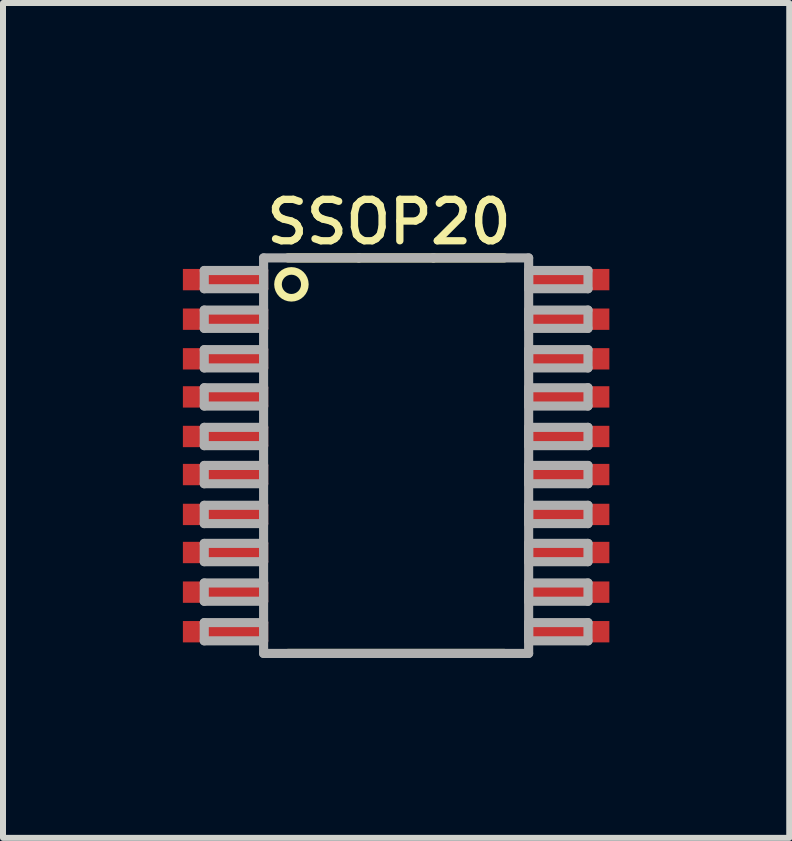
<source format=kicad_pcb>
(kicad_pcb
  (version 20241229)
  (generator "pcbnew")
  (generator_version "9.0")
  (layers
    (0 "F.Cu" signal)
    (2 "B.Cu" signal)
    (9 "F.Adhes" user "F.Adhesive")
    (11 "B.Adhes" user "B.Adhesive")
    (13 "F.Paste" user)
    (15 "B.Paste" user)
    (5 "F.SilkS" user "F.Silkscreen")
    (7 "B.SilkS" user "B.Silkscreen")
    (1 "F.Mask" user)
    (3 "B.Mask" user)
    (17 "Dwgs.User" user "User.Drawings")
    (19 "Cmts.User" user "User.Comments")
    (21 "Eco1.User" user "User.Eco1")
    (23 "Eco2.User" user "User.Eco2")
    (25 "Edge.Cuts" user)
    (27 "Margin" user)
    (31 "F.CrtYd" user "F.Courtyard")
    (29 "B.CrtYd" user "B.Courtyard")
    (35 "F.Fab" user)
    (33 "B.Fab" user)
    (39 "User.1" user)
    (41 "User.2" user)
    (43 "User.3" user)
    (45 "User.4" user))
  (footprint "SSOP20"
    (layer "F.Cu")
    (at 3.556 4.549)
    (property "Reference" "SSOP20" (at -2.223 -3.493 0) (layer "F.SilkS") (effects (font (size 0.691 0.691) (thickness 0.122)) (justify left bottom)))
    (fp_line (start -1.803 3.298) (end 1.803 3.298) (stroke (width 0.152) (type solid)) (layer "F.SilkS"))
    (fp_line (start -0.622 -3.298) (end -1.803 -3.298) (stroke (width 0.152) (type solid)) (layer "F.SilkS"))
    (fp_line (start 0.622 -3.298) (end -0.622 -3.298) (stroke (width 0.152) (type solid)) (layer "F.SilkS"))
    (fp_line (start 1.803 -3.298) (end 0.622 -3.298) (stroke (width 0.152) (type solid)) (layer "F.SilkS"))
    (fp_circle (center -1.746 -2.857) (end -1.522 -2.857) (stroke (width 0.127) (type solid)) (fill no) (layer "F.SilkS"))
    (fp_line (start -3.2 -3.088) (end -3.2 -2.784) (stroke (width 0.152) (type solid)) (layer "F.Fab"))
    (fp_line (start -3.2 -2.784) (end -2.21 -2.784) (stroke (width 0.152) (type solid)) (layer "F.Fab"))
    (fp_line (start -3.2 -2.428) (end -3.2 -2.123) (stroke (width 0.152) (type solid)) (layer "F.Fab"))
    (fp_line (start -3.2 -2.123) (end -2.21 -2.123) (stroke (width 0.152) (type solid)) (layer "F.Fab"))
    (fp_line (start -3.2 -1.768) (end -3.2 -1.463) (stroke (width 0.152) (type solid)) (layer "F.Fab"))
    (fp_line (start -3.2 -1.463) (end -2.21 -1.463) (stroke (width 0.152) (type solid)) (layer "F.Fab"))
    (fp_line (start -3.2 -1.133) (end -3.2 -0.828) (stroke (width 0.152) (type solid)) (layer "F.Fab"))
    (fp_line (start -3.2 -0.828) (end -2.21 -0.828) (stroke (width 0.152) (type solid)) (layer "F.Fab"))
    (fp_line (start -3.2 -0.472) (end -3.2 -0.167) (stroke (width 0.152) (type solid)) (layer "F.Fab"))
    (fp_line (start -3.2 -0.167) (end -2.21 -0.167) (stroke (width 0.152) (type solid)) (layer "F.Fab"))
    (fp_line (start -3.2 0.163) (end -3.2 0.468) (stroke (width 0.152) (type solid)) (layer "F.Fab"))
    (fp_line (start -3.2 0.468) (end -2.21 0.468) (stroke (width 0.152) (type solid)) (layer "F.Fab"))
    (fp_line (start -3.2 0.828) (end -3.2 1.133) (stroke (width 0.152) (type solid)) (layer "F.Fab"))
    (fp_line (start -3.2 1.133) (end -2.21 1.133) (stroke (width 0.152) (type solid)) (layer "F.Fab"))
    (fp_line (start -3.2 1.463) (end -3.2 1.768) (stroke (width 0.152) (type solid)) (layer "F.Fab"))
    (fp_line (start -3.2 1.768) (end -2.21 1.768) (stroke (width 0.152) (type solid)) (layer "F.Fab"))
    (fp_line (start -3.2 2.123) (end -3.2 2.428) (stroke (width 0.152) (type solid)) (layer "F.Fab"))
    (fp_line (start -3.2 2.428) (end -2.21 2.428) (stroke (width 0.152) (type solid)) (layer "F.Fab"))
    (fp_line (start -3.2 2.784) (end -3.2 3.088) (stroke (width 0.152) (type solid)) (layer "F.Fab"))
    (fp_line (start -3.2 3.088) (end -2.21 3.088) (stroke (width 0.152) (type solid)) (layer "F.Fab"))
    (fp_line (start -2.21 -3.298) (end -2.21 3.298) (stroke (width 0.152) (type solid)) (layer "F.Fab"))
    (fp_line (start -2.21 -3.088) (end -3.2 -3.088) (stroke (width 0.152) (type solid)) (layer "F.Fab"))
    (fp_line (start -2.21 -2.784) (end -2.21 -3.088) (stroke (width 0.152) (type solid)) (layer "F.Fab"))
    (fp_line (start -2.21 -2.428) (end -3.2 -2.428) (stroke (width 0.152) (type solid)) (layer "F.Fab"))
    (fp_line (start -2.21 -2.123) (end -2.21 -2.428) (stroke (width 0.152) (type solid)) (layer "F.Fab"))
    (fp_line (start -2.21 -1.768) (end -3.2 -1.768) (stroke (width 0.152) (type solid)) (layer "F.Fab"))
    (fp_line (start -2.21 -1.463) (end -2.21 -1.768) (stroke (width 0.152) (type solid)) (layer "F.Fab"))
    (fp_line (start -2.21 -1.133) (end -3.2 -1.133) (stroke (width 0.152) (type solid)) (layer "F.Fab"))
    (fp_line (start -2.21 -0.828) (end -2.21 -1.133) (stroke (width 0.152) (type solid)) (layer "F.Fab"))
    (fp_line (start -2.21 -0.472) (end -3.2 -0.472) (stroke (width 0.152) (type solid)) (layer "F.Fab"))
    (fp_line (start -2.21 -0.167) (end -2.21 -0.472) (stroke (width 0.152) (type solid)) (layer "F.Fab"))
    (fp_line (start -2.21 0.163) (end -3.2 0.163) (stroke (width 0.152) (type solid)) (layer "F.Fab"))
    (fp_line (start -2.21 0.468) (end -2.21 0.163) (stroke (width 0.152) (type solid)) (layer "F.Fab"))
    (fp_line (start -2.21 0.828) (end -3.2 0.828) (stroke (width 0.152) (type solid)) (layer "F.Fab"))
    (fp_line (start -2.21 1.133) (end -2.21 0.828) (stroke (width 0.152) (type solid)) (layer "F.Fab"))
    (fp_line (start -2.21 1.463) (end -3.2 1.463) (stroke (width 0.152) (type solid)) (layer "F.Fab"))
    (fp_line (start -2.21 1.768) (end -2.21 1.463) (stroke (width 0.152) (type solid)) (layer "F.Fab"))
    (fp_line (start -2.21 2.123) (end -3.2 2.123) (stroke (width 0.152) (type solid)) (layer "F.Fab"))
    (fp_line (start -2.21 2.428) (end -2.21 2.123) (stroke (width 0.152) (type solid)) (layer "F.Fab"))
    (fp_line (start -2.21 2.784) (end -3.2 2.784) (stroke (width 0.152) (type solid)) (layer "F.Fab"))
    (fp_line (start -2.21 3.088) (end -2.21 2.784) (stroke (width 0.152) (type solid)) (layer "F.Fab"))
    (fp_line (start -2.21 3.298) (end 2.21 3.298) (stroke (width 0.152) (type solid)) (layer "F.Fab"))
    (fp_line (start -0.622 -3.298) (end -2.21 -3.298) (stroke (width 0.152) (type solid)) (layer "F.Fab"))
    (fp_line (start 0.622 -3.298) (end -0.622 -3.298) (stroke (width 0.152) (type solid)) (layer "F.Fab"))
    (fp_line (start 2.21 -3.298) (end 0.622 -3.298) (stroke (width 0.152) (type solid)) (layer "F.Fab"))
    (fp_line (start 2.21 -3.088) (end 2.21 -2.784) (stroke (width 0.152) (type solid)) (layer "F.Fab"))
    (fp_line (start 2.21 -2.784) (end 3.2 -2.784) (stroke (width 0.152) (type solid)) (layer "F.Fab"))
    (fp_line (start 2.21 -2.428) (end 2.21 -2.123) (stroke (width 0.152) (type solid)) (layer "F.Fab"))
    (fp_line (start 2.21 -2.123) (end 3.2 -2.123) (stroke (width 0.152) (type solid)) (layer "F.Fab"))
    (fp_line (start 2.21 -1.768) (end 2.21 -1.463) (stroke (width 0.152) (type solid)) (layer "F.Fab"))
    (fp_line (start 2.21 -1.463) (end 3.2 -1.463) (stroke (width 0.152) (type solid)) (layer "F.Fab"))
    (fp_line (start 2.21 -1.133) (end 2.21 -0.828) (stroke (width 0.152) (type solid)) (layer "F.Fab"))
    (fp_line (start 2.21 -0.828) (end 3.2 -0.828) (stroke (width 0.152) (type solid)) (layer "F.Fab"))
    (fp_line (start 2.21 -0.472) (end 2.21 -0.167) (stroke (width 0.152) (type solid)) (layer "F.Fab"))
    (fp_line (start 2.21 -0.167) (end 3.2 -0.167) (stroke (width 0.152) (type solid)) (layer "F.Fab"))
    (fp_line (start 2.21 0.163) (end 2.21 0.468) (stroke (width 0.152) (type solid)) (layer "F.Fab"))
    (fp_line (start 2.21 0.468) (end 3.2 0.468) (stroke (width 0.152) (type solid)) (layer "F.Fab"))
    (fp_line (start 2.21 0.828) (end 2.21 1.133) (stroke (width 0.152) (type solid)) (layer "F.Fab"))
    (fp_line (start 2.21 1.133) (end 3.2 1.133) (stroke (width 0.152) (type solid)) (layer "F.Fab"))
    (fp_line (start 2.21 1.463) (end 2.21 1.768) (stroke (width 0.152) (type solid)) (layer "F.Fab"))
    (fp_line (start 2.21 1.768) (end 3.2 1.768) (stroke (width 0.152) (type solid)) (layer "F.Fab"))
    (fp_line (start 2.21 2.123) (end 2.21 2.428) (stroke (width 0.152) (type solid)) (layer "F.Fab"))
    (fp_line (start 2.21 2.428) (end 3.2 2.428) (stroke (width 0.152) (type solid)) (layer "F.Fab"))
    (fp_line (start 2.21 2.784) (end 2.21 3.088) (stroke (width 0.152) (type solid)) (layer "F.Fab"))
    (fp_line (start 2.21 3.088) (end 3.2 3.088) (stroke (width 0.152) (type solid)) (layer "F.Fab"))
    (fp_line (start 2.21 3.298) (end 2.21 -3.298) (stroke (width 0.152) (type solid)) (layer "F.Fab"))
    (fp_line (start 3.2 -3.088) (end 2.21 -3.088) (stroke (width 0.152) (type solid)) (layer "F.Fab"))
    (fp_line (start 3.2 -2.784) (end 3.2 -3.088) (stroke (width 0.152) (type solid)) (layer "F.Fab"))
    (fp_line (start 3.2 -2.428) (end 2.21 -2.428) (stroke (width 0.152) (type solid)) (layer "F.Fab"))
    (fp_line (start 3.2 -2.123) (end 3.2 -2.428) (stroke (width 0.152) (type solid)) (layer "F.Fab"))
    (fp_line (start 3.2 -1.768) (end 2.21 -1.768) (stroke (width 0.152) (type solid)) (layer "F.Fab"))
    (fp_line (start 3.2 -1.463) (end 3.2 -1.768) (stroke (width 0.152) (type solid)) (layer "F.Fab"))
    (fp_line (start 3.2 -1.133) (end 2.21 -1.133) (stroke (width 0.152) (type solid)) (layer "F.Fab"))
    (fp_line (start 3.2 -0.828) (end 3.2 -1.133) (stroke (width 0.152) (type solid)) (layer "F.Fab"))
    (fp_line (start 3.2 -0.472) (end 2.21 -0.472) (stroke (width 0.152) (type solid)) (layer "F.Fab"))
    (fp_line (start 3.2 -0.167) (end 3.2 -0.472) (stroke (width 0.152) (type solid)) (layer "F.Fab"))
    (fp_line (start 3.2 0.163) (end 2.21 0.163) (stroke (width 0.152) (type solid)) (layer "F.Fab"))
    (fp_line (start 3.2 0.468) (end 3.2 0.163) (stroke (width 0.152) (type solid)) (layer "F.Fab"))
    (fp_line (start 3.2 0.828) (end 2.21 0.828) (stroke (width 0.152) (type solid)) (layer "F.Fab"))
    (fp_line (start 3.2 1.133) (end 3.2 0.828) (stroke (width 0.152) (type solid)) (layer "F.Fab"))
    (fp_line (start 3.2 1.463) (end 2.21 1.463) (stroke (width 0.152) (type solid)) (layer "F.Fab"))
    (fp_line (start 3.2 1.768) (end 3.2 1.463) (stroke (width 0.152) (type solid)) (layer "F.Fab"))
    (fp_line (start 3.2 2.123) (end 2.21 2.123) (stroke (width 0.152) (type solid)) (layer "F.Fab"))
    (fp_line (start 3.2 2.428) (end 3.2 2.123) (stroke (width 0.152) (type solid)) (layer "F.Fab"))
    (fp_line (start 3.2 2.784) (end 2.21 2.784) (stroke (width 0.152) (type solid)) (layer "F.Fab"))
    (fp_line (start 3.2 3.088) (end 3.2 2.784) (stroke (width 0.152) (type solid)) (layer "F.Fab"))
    (pad "1" smd rect (at -2.845 -2.936) (size 1.422 0.356) (layers "F.Cu" "F.Mask" "F.Paste"))
    (pad "2" smd rect (at -2.845 -2.276) (size 1.422 0.356) (layers "F.Cu" "F.Mask" "F.Paste"))
    (pad "3" smd rect (at -2.845 -1.615) (size 1.422 0.356) (layers "F.Cu" "F.Mask" "F.Paste"))
    (pad "4" smd rect (at -2.845 -0.98) (size 1.422 0.356) (layers "F.Cu" "F.Mask" "F.Paste"))
    (pad "5" smd rect (at -2.845 -0.32) (size 1.422 0.356) (layers "F.Cu" "F.Mask" "F.Paste"))
    (pad "6" smd rect (at -2.845 0.315) (size 1.422 0.356) (layers "F.Cu" "F.Mask" "F.Paste"))
    (pad "7" smd rect (at -2.845 0.98) (size 1.422 0.356) (layers "F.Cu" "F.Mask" "F.Paste"))
    (pad "8" smd rect (at -2.845 1.615) (size 1.422 0.356) (layers "F.Cu" "F.Mask" "F.Paste"))
    (pad "9" smd rect (at -2.845 2.276) (size 1.422 0.356) (layers "F.Cu" "F.Mask" "F.Paste"))
    (pad "10" smd rect (at -2.845 2.936) (size 1.422 0.356) (layers "F.Cu" "F.Mask" "F.Paste"))
    (pad "11" smd rect (at 2.845 2.936) (size 1.422 0.356) (layers "F.Cu" "F.Mask" "F.Paste"))
    (pad "12" smd rect (at 2.845 2.276) (size 1.422 0.356) (layers "F.Cu" "F.Mask" "F.Paste"))
    (pad "13" smd rect (at 2.845 1.615) (size 1.422 0.356) (layers "F.Cu" "F.Mask" "F.Paste"))
    (pad "14" smd rect (at 2.845 0.98) (size 1.422 0.356) (layers "F.Cu" "F.Mask" "F.Paste"))
    (pad "15" smd rect (at 2.845 0.315) (size 1.422 0.356) (layers "F.Cu" "F.Mask" "F.Paste"))
    (pad "16" smd rect (at 2.845 -0.32) (size 1.422 0.356) (layers "F.Cu" "F.Mask" "F.Paste"))
    (pad "17" smd rect (at 2.845 -0.98) (size 1.422 0.356) (layers "F.Cu" "F.Mask" "F.Paste"))
    (pad "18" smd rect (at 2.845 -1.615) (size 1.422 0.356) (layers "F.Cu" "F.Mask" "F.Paste"))
    (pad "19" smd rect (at 2.845 -2.276) (size 1.422 0.356) (layers "F.Cu" "F.Mask" "F.Paste"))
    (pad "20" smd rect (at 2.845 -2.936) (size 1.422 0.356) (layers "F.Cu" "F.Mask" "F.Paste")))
  (gr_rect
    (start -3 -3)
    (end 10.112 10.923)
    (stroke (width 0.1) (type default))
    (fill no)
    (layer "Edge.Cuts")))
</source>
